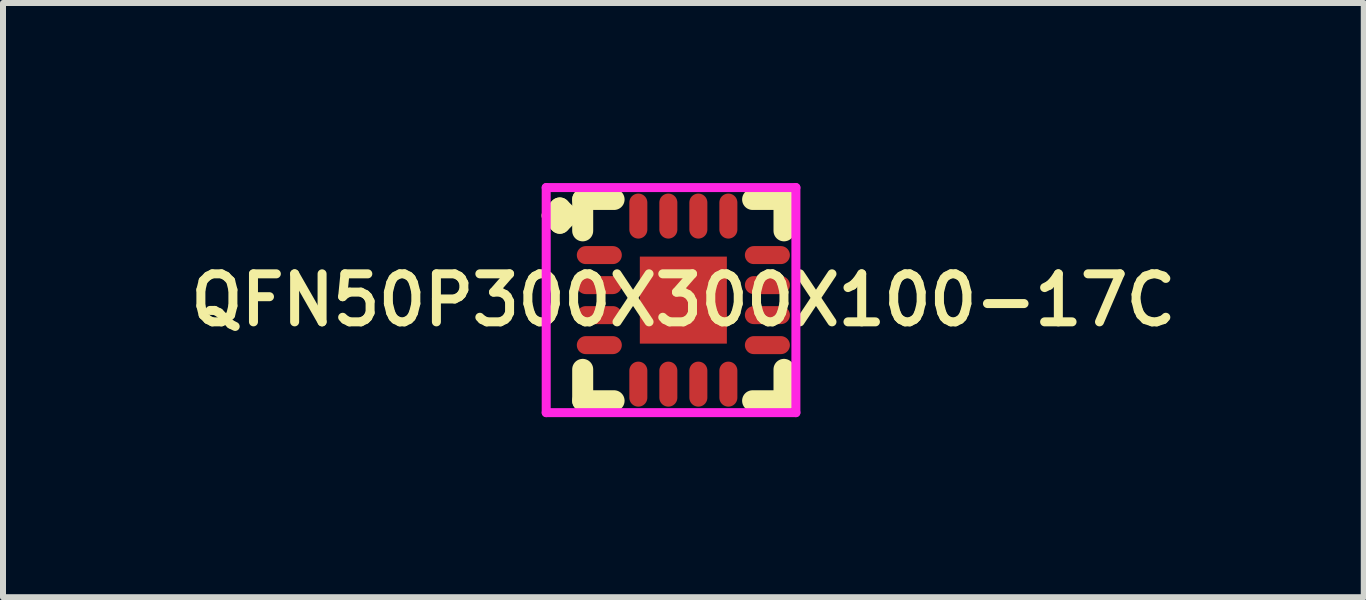
<source format=kicad_pcb>
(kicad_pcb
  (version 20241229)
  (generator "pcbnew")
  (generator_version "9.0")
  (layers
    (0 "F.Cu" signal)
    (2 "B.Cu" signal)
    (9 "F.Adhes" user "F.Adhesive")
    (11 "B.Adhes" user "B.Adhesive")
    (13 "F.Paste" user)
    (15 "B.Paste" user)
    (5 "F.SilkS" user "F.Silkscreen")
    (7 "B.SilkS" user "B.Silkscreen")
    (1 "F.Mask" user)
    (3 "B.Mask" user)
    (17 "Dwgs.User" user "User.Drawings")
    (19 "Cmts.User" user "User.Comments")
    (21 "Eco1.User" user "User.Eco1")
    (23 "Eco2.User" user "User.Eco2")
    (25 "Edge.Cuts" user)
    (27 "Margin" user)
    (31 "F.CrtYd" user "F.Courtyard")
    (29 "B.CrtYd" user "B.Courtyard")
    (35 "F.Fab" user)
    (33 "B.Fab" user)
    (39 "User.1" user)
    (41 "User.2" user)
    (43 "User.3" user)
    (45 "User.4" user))
  (footprint "QFN50P300X300X100-17C"
    (layer "F.Cu")
    (at 8.335 1.95)
    (property "Reference" "QFN50P300X300X100-17C" (at 0 0 0) (layer "F.SilkS") (effects (font (size 0.8 0.8) (thickness 0.15))))
    (attr smd)
    (fp_line (start -2.185 -1.408) (end -2.058 -1.535) (stroke (width 0.35) (type solid)) (layer "F.SilkS"))
    (fp_line (start -2.058 -1.535) (end -1.931 -1.408) (stroke (width 0.35) (type solid)) (layer "F.SilkS"))
    (fp_line (start -2.058 -1.281) (end -2.185 -1.408) (stroke (width 0.35) (type solid)) (layer "F.SilkS"))
    (fp_line (start -1.931 -1.408) (end -2.058 -1.281) (stroke (width 0.35) (type solid)) (layer "F.SilkS"))
    (fp_line (start -1.677 -1.677) (end -1.154 -1.677) (stroke (width 0.35) (type solid)) (layer "F.SilkS"))
    (fp_line (start -1.677 -1.154) (end -1.677 -1.677) (stroke (width 0.35) (type solid)) (layer "F.SilkS"))
    (fp_line (start -1.677 1.154) (end -1.677 1.677) (stroke (width 0.35) (type solid)) (layer "F.SilkS"))
    (fp_line (start -1.677 1.677) (end -1.154 1.677) (stroke (width 0.35) (type solid)) (layer "F.SilkS"))
    (fp_line (start 1.154 -1.677) (end 1.677 -1.677) (stroke (width 0.35) (type solid)) (layer "F.SilkS"))
    (fp_line (start 1.154 1.677) (end 1.677 1.677) (stroke (width 0.35) (type solid)) (layer "F.SilkS"))
    (fp_line (start 1.677 -1.677) (end 1.677 -1.154) (stroke (width 0.35) (type solid)) (layer "F.SilkS"))
    (fp_line (start 1.677 1.677) (end 1.677 1.154) (stroke (width 0.35) (type solid)) (layer "F.SilkS"))
    (fp_line (start -2.285 -1.875) (end 1.875 -1.875) (stroke (width 0.15) (type solid)) (layer "F.CrtYd"))
    (fp_line (start -2.285 1.875) (end -2.285 -1.875) (stroke (width 0.15) (type solid)) (layer "F.CrtYd"))
    (fp_line (start 1.875 -1.875) (end 1.875 1.875) (stroke (width 0.15) (type solid)) (layer "F.CrtYd"))
    (fp_line (start 1.875 1.875) (end -2.285 1.875) (stroke (width 0.15) (type solid)) (layer "F.CrtYd"))
    (pad "1" smd oval (at -1.4 -0.75) (size 0.75 0.3) (layers "F.Cu" "F.Mask" "F.Paste"))
    (pad "2" smd oval (at -1.4 -0.25) (size 0.75 0.3) (layers "F.Cu" "F.Mask" "F.Paste"))
    (pad "3" smd oval (at -1.4 0.25) (size 0.75 0.3) (layers "F.Cu" "F.Mask" "F.Paste"))
    (pad "4" smd oval (at -1.4 0.75) (size 0.75 0.3) (layers "F.Cu" "F.Mask" "F.Paste"))
    (pad "5" smd oval (at -0.75 1.4) (size 0.3 0.75) (layers "F.Cu" "F.Mask" "F.Paste"))
    (pad "6" smd oval (at -0.25 1.4) (size 0.3 0.75) (layers "F.Cu" "F.Mask" "F.Paste"))
    (pad "7" smd oval (at 0.25 1.4) (size 0.3 0.75) (layers "F.Cu" "F.Mask" "F.Paste"))
    (pad "8" smd oval (at 0.75 1.4) (size 0.3 0.75) (layers "F.Cu" "F.Mask" "F.Paste"))
    (pad "9" smd oval (at 1.4 0.75) (size 0.75 0.3) (layers "F.Cu" "F.Mask" "F.Paste"))
    (pad "10" smd oval (at 1.4 0.25) (size 0.75 0.3) (layers "F.Cu" "F.Mask" "F.Paste"))
    (pad "11" smd oval (at 1.4 -0.25) (size 0.75 0.3) (layers "F.Cu" "F.Mask" "F.Paste"))
    (pad "12" smd oval (at 1.4 -0.75) (size 0.75 0.3) (layers "F.Cu" "F.Mask" "F.Paste"))
    (pad "13" smd oval (at 0.75 -1.4) (size 0.3 0.75) (layers "F.Cu" "F.Mask" "F.Paste"))
    (pad "14" smd oval (at 0.25 -1.4) (size 0.3 0.75) (layers "F.Cu" "F.Mask" "F.Paste"))
    (pad "15" smd oval (at -0.25 -1.4) (size 0.3 0.75) (layers "F.Cu" "F.Mask" "F.Paste"))
    (pad "16" smd oval (at -0.75 -1.4) (size 0.3 0.75) (layers "F.Cu" "F.Mask" "F.Paste"))
    (pad "17" smd rect (at 0 0) (size 1.45 1.45) (layers "F.Cu" "F.Mask" "F.Paste")))
  (gr_rect
    (start -3 -3)
    (end 19.671 6.9)
    (stroke (width 0.1) (type default))
    (fill no)
    (layer "Edge.Cuts")))
</source>
